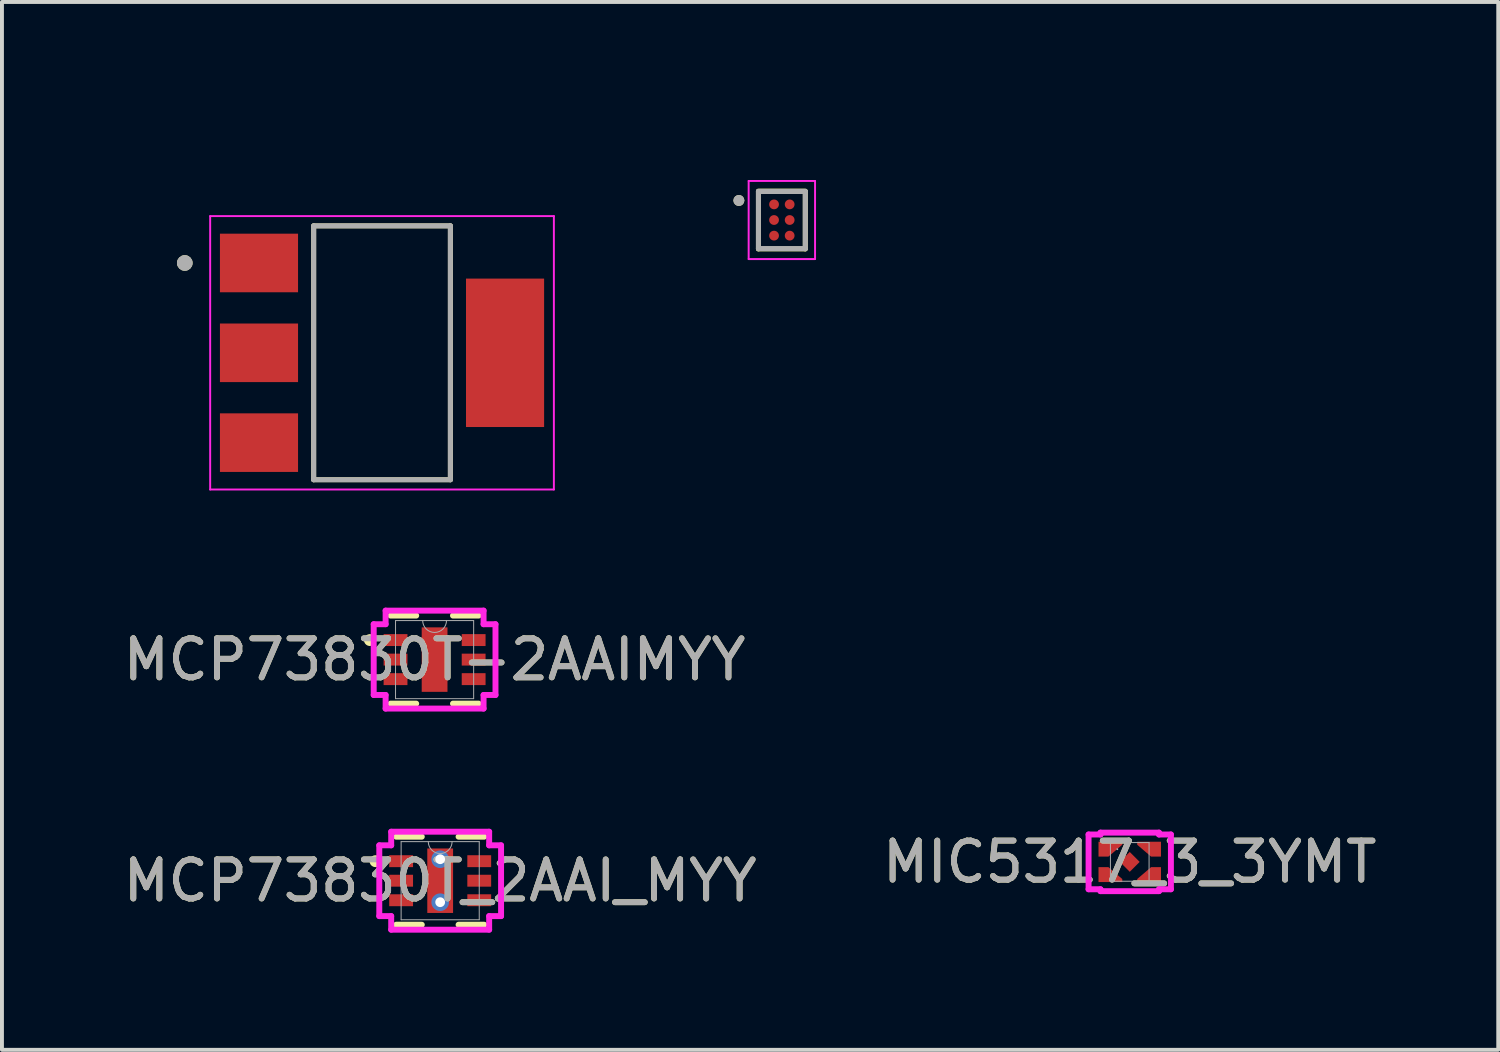
<source format=kicad_pcb>
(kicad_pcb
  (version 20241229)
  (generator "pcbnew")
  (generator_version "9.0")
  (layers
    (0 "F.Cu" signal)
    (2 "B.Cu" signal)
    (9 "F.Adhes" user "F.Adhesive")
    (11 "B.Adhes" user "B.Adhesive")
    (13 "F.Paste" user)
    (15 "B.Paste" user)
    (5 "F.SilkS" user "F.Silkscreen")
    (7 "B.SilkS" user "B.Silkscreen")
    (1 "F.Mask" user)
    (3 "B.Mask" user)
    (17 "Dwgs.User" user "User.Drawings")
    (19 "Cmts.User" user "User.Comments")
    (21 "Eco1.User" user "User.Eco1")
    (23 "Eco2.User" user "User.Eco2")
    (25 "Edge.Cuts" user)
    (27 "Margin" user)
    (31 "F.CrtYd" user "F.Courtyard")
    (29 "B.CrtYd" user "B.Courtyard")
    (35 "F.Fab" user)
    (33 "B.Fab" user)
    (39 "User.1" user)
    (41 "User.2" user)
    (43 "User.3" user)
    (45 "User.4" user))
  (footprint "LDI1117-3.3H"
    (layer "F.Cu")
    (at 6.731 5.983)
    (property "Reference" "LDI1117-3.3H" (at -1.225 -5.135 0) (layer "User.2") (effects (font (size 1 1) (thickness 0.15))))
    (attr smd)
    (fp_line (start -1.75 -3.25) (end -1.75 3.25) (stroke (width 0.127) (type solid)) (layer "F.SilkS"))
    (fp_line (start -1.75 3.25) (end 1.75 3.25) (stroke (width 0.127) (type solid)) (layer "F.SilkS"))
    (fp_line (start 1.75 -3.25) (end -1.75 -3.25) (stroke (width 0.127) (type solid)) (layer "F.SilkS"))
    (fp_line (start 1.75 3.25) (end 1.75 -3.25) (stroke (width 0.127) (type solid)) (layer "F.SilkS"))
    (fp_circle (center -5.05 -2.3) (end -4.95 -2.3) (stroke (width 0.2) (type solid)) (fill no) (layer "F.SilkS"))
    (fp_line (start -4.4 -3.5) (end -4.4 3.5) (stroke (width 0.05) (type solid)) (layer "F.CrtYd"))
    (fp_line (start -4.4 3.5) (end 4.4 3.5) (stroke (width 0.05) (type solid)) (layer "F.CrtYd"))
    (fp_line (start 4.4 -3.5) (end -4.4 -3.5) (stroke (width 0.05) (type solid)) (layer "F.CrtYd"))
    (fp_line (start 4.4 3.5) (end 4.4 -3.5) (stroke (width 0.05) (type solid)) (layer "F.CrtYd"))
    (fp_line (start -1.75 -3.25) (end -1.75 3.25) (stroke (width 0.127) (type solid)) (layer "F.Fab"))
    (fp_line (start -1.75 3.25) (end 1.75 3.25) (stroke (width 0.127) (type solid)) (layer "F.Fab"))
    (fp_line (start 1.75 -3.25) (end -1.75 -3.25) (stroke (width 0.127) (type solid)) (layer "F.Fab"))
    (fp_line (start 1.75 3.25) (end 1.75 -3.25) (stroke (width 0.127) (type solid)) (layer "F.Fab"))
    (fp_circle (center -5.05 -2.3) (end -4.95 -2.3) (stroke (width 0.2) (type solid)) (fill no) (layer "F.Fab"))
    (pad "1" smd rect (at -3.15 -2.3) (size 2 1.5) (layers "F.Cu" "F.Mask" "F.Paste"))
    (pad "2" smd rect (at -3.15 0) (size 2 1.5) (layers "F.Cu" "F.Mask" "F.Paste"))
    (pad "3" smd rect (at -3.15 2.3) (size 2 1.5) (layers "F.Cu" "F.Mask" "F.Paste"))
    (pad "4" smd rect (at 3.15 0) (size 2 3.8) (layers "F.Cu" "F.Mask" "F.Paste")))
  (footprint "LM3281YFQR"
    (layer "F.Cu")
    (at 16.968 2.583)
    (property "Reference" "LM3281YFQR" (at 2.075 -1.735 0) (layer "User.2") (effects (font (size 1 1) (thickness 0.15))))
    (attr smd)
    (fp_line (start -0.6 -0.74) (end 0.6 -0.74) (stroke (width 0.127) (type solid)) (layer "F.SilkS"))
    (fp_line (start -0.6 0.74) (end -0.6 -0.73) (stroke (width 0.127) (type solid)) (layer "F.SilkS"))
    (fp_line (start 0.6 -0.73) (end 0.6 0.74) (stroke (width 0.127) (type solid)) (layer "F.SilkS"))
    (fp_line (start 0.6 0.74) (end -0.6 0.74) (stroke (width 0.127) (type solid)) (layer "F.SilkS"))
    (fp_circle (center -1.1 -0.5) (end -1.03 -0.5) (stroke (width 0.14) (type solid)) (fill no) (layer "F.SilkS"))
    (fp_line (start -0.85 -1) (end 0.85 -1) (stroke (width 0.05) (type solid)) (layer "F.CrtYd"))
    (fp_line (start -0.85 1) (end -0.85 -1) (stroke (width 0.05) (type solid)) (layer "F.CrtYd"))
    (fp_line (start 0.85 -1) (end 0.85 1) (stroke (width 0.05) (type solid)) (layer "F.CrtYd"))
    (fp_line (start 0.85 1) (end -0.85 1) (stroke (width 0.05) (type solid)) (layer "F.CrtYd"))
    (fp_line (start -0.6 -0.73) (end 0.6 -0.73) (stroke (width 0.127) (type solid)) (layer "F.Fab"))
    (fp_line (start -0.6 0.73) (end -0.6 -0.73) (stroke (width 0.127) (type solid)) (layer "F.Fab"))
    (fp_line (start 0.6 -0.73) (end 0.6 0.73) (stroke (width 0.127) (type solid)) (layer "F.Fab"))
    (fp_line (start 0.6 0.73) (end -0.6 0.73) (stroke (width 0.127) (type solid)) (layer "F.Fab"))
    (fp_circle (center -1.1 -0.5) (end -1.03 -0.5) (stroke (width 0.14) (type solid)) (fill no) (layer "F.Fab"))
    (pad "A1" smd circle (at -0.2 -0.4) (size 0.25 0.25) (layers "F.Cu" "F.Mask" "F.Paste"))
    (pad "A2" smd circle (at 0.2 -0.4) (size 0.25 0.25) (layers "F.Cu" "F.Mask" "F.Paste"))
    (pad "B1" smd circle (at -0.2 0) (size 0.25 0.25) (layers "F.Cu" "F.Mask" "F.Paste"))
    (pad "B2" smd circle (at 0.2 0) (size 0.25 0.25) (layers "F.Cu" "F.Mask" "F.Paste"))
    (pad "C1" smd circle (at -0.2 0.4) (size 0.25 0.25) (layers "F.Cu" "F.Mask" "F.Paste"))
    (pad "C2" smd circle (at 0.2 0.4) (size 0.25 0.25) (layers "F.Cu" "F.Mask" "F.Paste")))
  (footprint "MCP73830T-2AAIMYY"
    (layer "F.Cu")
    (at 8.077 13.838)
    (property "Reference" "MCP73830T-2AAIMYY" (at 0 0 0) (unlocked yes) (layer "F.SilkS") (effects (font (size 1 1) (thickness 0.15))))
    (attr smd)
    (fp_line (start -1.127 1.127) (end -0.471 1.127) (stroke (width 0.152) (type solid)) (layer "F.SilkS"))
    (fp_line (start -0.471 -1.127) (end -1.127 -1.127) (stroke (width 0.152) (type solid)) (layer "F.SilkS"))
    (fp_line (start 0.471 1.127) (end 1.127 1.127) (stroke (width 0.152) (type solid)) (layer "F.SilkS"))
    (fp_line (start 1.127 -1.127) (end 0.471 -1.127) (stroke (width 0.152) (type solid)) (layer "F.SilkS"))
    (fp_arc (start -1.63754 -0.426171) (mid -1.7326 -0.5) (end -1.637541 -0.573829) (stroke (width 0.1524) (type solid)) (layer "F.SilkS"))
    (fp_line (start -1.559 -0.906) (end -1.254 -0.906) (stroke (width 0.152) (type solid)) (layer "F.CrtYd"))
    (fp_line (start -1.559 0.906) (end -1.559 -0.906) (stroke (width 0.152) (type solid)) (layer "F.CrtYd"))
    (fp_line (start -1.559 0.906) (end -1.254 0.906) (stroke (width 0.152) (type solid)) (layer "F.CrtYd"))
    (fp_line (start -1.254 -1.254) (end 1.254 -1.254) (stroke (width 0.152) (type solid)) (layer "F.CrtYd"))
    (fp_line (start -1.254 -0.906) (end -1.254 -1.254) (stroke (width 0.152) (type solid)) (layer "F.CrtYd"))
    (fp_line (start -1.254 1.254) (end -1.254 0.906) (stroke (width 0.152) (type solid)) (layer "F.CrtYd"))
    (fp_line (start 1.254 -1.254) (end 1.254 -0.906) (stroke (width 0.152) (type solid)) (layer "F.CrtYd"))
    (fp_line (start 1.254 0.906) (end 1.254 1.254) (stroke (width 0.152) (type solid)) (layer "F.CrtYd"))
    (fp_line (start 1.254 1.254) (end -1.254 1.254) (stroke (width 0.152) (type solid)) (layer "F.CrtYd"))
    (fp_line (start 1.559 -0.906) (end 1.254 -0.906) (stroke (width 0.152) (type solid)) (layer "F.CrtYd"))
    (fp_line (start 1.559 -0.906) (end 1.559 0.906) (stroke (width 0.152) (type solid)) (layer "F.CrtYd"))
    (fp_line (start 1.559 0.906) (end 1.254 0.906) (stroke (width 0.152) (type solid)) (layer "F.CrtYd"))
    (fp_line (start -1 -1) (end -1 1) (stroke (width 0.025) (type solid)) (layer "F.Fab"))
    (fp_line (start -1 1) (end 1 1) (stroke (width 0.025) (type solid)) (layer "F.Fab"))
    (fp_line (start 1 -1) (end -1 -1) (stroke (width 0.025) (type solid)) (layer "F.Fab"))
    (fp_line (start 1 1) (end 1 -1) (stroke (width 0.025) (type solid)) (layer "F.Fab"))
    (fp_arc (start 0.3048 -1) (mid 0 -0.6952) (end -0.3048 -1) (stroke (width 0.0254) (type solid)) (layer "F.Fab"))
    (fp_text user "${REFERENCE}" (at 0 0 0) (unlocked yes) (layer "F.Fab") (effects (font (size 1 1) (thickness 0.15))))
    (pad "1" smd rect (at -1 -0.5) (size 0.61 0.305) (layers "F.Cu" "F.Mask" "F.Paste"))
    (pad "2" smd rect (at -1 0) (size 0.61 0.305) (layers "F.Cu" "F.Mask" "F.Paste"))
    (pad "3" smd rect (at -1 0.5) (size 0.61 0.305) (layers "F.Cu" "F.Mask" "F.Paste"))
    (pad "4" smd rect (at 1 0.5) (size 0.61 0.305) (layers "F.Cu" "F.Mask" "F.Paste"))
    (pad "5" smd rect (at 1 0) (size 0.61 0.305) (layers "F.Cu" "F.Mask" "F.Paste"))
    (pad "6" smd rect (at 1 -0.5) (size 0.61 0.305) (layers "F.Cu" "F.Mask" "F.Paste"))
    (pad "7" smd rect (at 0 0) (size 0.66 1.651) (layers "F.Cu" "F.Mask" "F.Paste")))
  (footprint "MIC5317_3_3YMT"
    (layer "F.Cu")
    (at 25.875 19.017)
    (property "Reference" "MIC5317_3_3YMT" (at 0 0 0) (unlocked yes) (layer "F.SilkS") (effects (font (size 1 1) (thickness 0.15))))
    (attr smd)
    (fp_poly (pts (xy 0 -0.254) (xy -0.254 0) (xy 0 0.254) (xy 0.254 0)) (stroke (width 0) (type solid)) (fill yes) (layer "F.Cu"))
    (fp_poly (pts (xy -0.8 -0.516) (xy -0.8 -0.135) (xy -0.546 -0.135) (xy -0.191 -0.439) (xy -0.191 -0.516)) (stroke (width 0) (type solid)) (fill yes) (layer "F.Cu"))
    (fp_poly (pts (xy -0.8 0.135) (xy -0.8 0.516) (xy -0.191 0.516) (xy -0.191 0.439) (xy -0.546 0.135)) (stroke (width 0) (type solid)) (fill yes) (layer "F.Cu"))
    (fp_poly (pts (xy 0.8 -0.516) (xy 0.8 -0.135) (xy 0.546 -0.135) (xy 0.191 -0.439) (xy 0.191 -0.516)) (stroke (width 0) (type solid)) (fill yes) (layer "F.Cu"))
    (fp_poly (pts (xy 0.8 0.135) (xy 0.8 0.516) (xy 0.191 0.516) (xy 0.191 0.439) (xy 0.546 0.135)) (stroke (width 0) (type solid)) (fill yes) (layer "F.Cu"))
    (fp_poly (pts (xy 0 -0.254) (xy -0.254 0) (xy 0 0.254) (xy 0.254 0)) (stroke (width 0) (type solid)) (fill yes) (layer "F.Mask"))
    (fp_poly (pts (xy -0.8 -0.516) (xy -0.8 -0.135) (xy -0.546 -0.135) (xy -0.191 -0.439) (xy -0.191 -0.516)) (stroke (width 0) (type solid)) (fill yes) (layer "F.Mask"))
    (fp_poly (pts (xy -0.8 0.135) (xy -0.8 0.516) (xy -0.191 0.516) (xy -0.191 0.439) (xy -0.546 0.135)) (stroke (width 0) (type solid)) (fill yes) (layer "F.Mask"))
    (fp_poly (pts (xy 0.8 -0.516) (xy 0.8 -0.135) (xy 0.546 -0.135) (xy 0.191 -0.439) (xy 0.191 -0.516)) (stroke (width 0) (type solid)) (fill yes) (layer "F.Mask"))
    (fp_poly (pts (xy 0.8 0.135) (xy 0.8 0.516) (xy 0.191 0.516) (xy 0.191 0.439) (xy 0.546 0.135)) (stroke (width 0) (type solid)) (fill yes) (layer "F.Mask"))
    (fp_poly (pts (xy 0 -0.254) (xy -0.254 0) (xy 0 0.254) (xy 0.254 0)) (stroke (width 0) (type solid)) (fill yes) (layer "F.Paste"))
    (fp_poly (pts (xy -0.8 -0.516) (xy -0.8 -0.135) (xy -0.546 -0.135) (xy -0.191 -0.439) (xy -0.191 -0.516)) (stroke (width 0) (type solid)) (fill yes) (layer "F.Paste"))
    (fp_poly (pts (xy -0.8 0.135) (xy -0.8 0.516) (xy -0.191 0.516) (xy -0.191 0.439) (xy -0.546 0.135)) (stroke (width 0) (type solid)) (fill yes) (layer "F.Paste"))
    (fp_poly (pts (xy 0.8 -0.516) (xy 0.8 -0.135) (xy 0.546 -0.135) (xy 0.191 -0.439) (xy 0.191 -0.516)) (stroke (width 0) (type solid)) (fill yes) (layer "F.Paste"))
    (fp_poly (pts (xy 0.8 0.135) (xy 0.8 0.516) (xy 0.191 0.516) (xy 0.191 0.439) (xy 0.546 0.135)) (stroke (width 0) (type solid)) (fill yes) (layer "F.Paste"))
    (fp_line (start -1.054 -0.701) (end -0.749 -0.701) (stroke (width 0.152) (type solid)) (layer "F.CrtYd"))
    (fp_line (start -1.054 0.701) (end -1.054 -0.701) (stroke (width 0.152) (type solid)) (layer "F.CrtYd"))
    (fp_line (start -1.054 0.701) (end -0.749 0.701) (stroke (width 0.152) (type solid)) (layer "F.CrtYd"))
    (fp_line (start -0.749 -0.749) (end 0.749 -0.749) (stroke (width 0.152) (type solid)) (layer "F.CrtYd"))
    (fp_line (start -0.749 -0.701) (end -0.749 -0.749) (stroke (width 0.152) (type solid)) (layer "F.CrtYd"))
    (fp_line (start -0.749 0.749) (end -0.749 0.701) (stroke (width 0.152) (type solid)) (layer "F.CrtYd"))
    (fp_line (start 0.749 -0.749) (end 0.749 -0.701) (stroke (width 0.152) (type solid)) (layer "F.CrtYd"))
    (fp_line (start 0.749 0.701) (end 0.749 0.749) (stroke (width 0.152) (type solid)) (layer "F.CrtYd"))
    (fp_line (start 0.749 0.749) (end -0.749 0.749) (stroke (width 0.152) (type solid)) (layer "F.CrtYd"))
    (fp_line (start 1.054 -0.701) (end 0.749 -0.701) (stroke (width 0.152) (type solid)) (layer "F.CrtYd"))
    (fp_line (start 1.054 -0.701) (end 1.054 0.701) (stroke (width 0.152) (type solid)) (layer "F.CrtYd"))
    (fp_line (start 1.054 0.701) (end 0.749 0.701) (stroke (width 0.152) (type solid)) (layer "F.CrtYd"))
    (fp_line (start -0.495 -0.495) (end -0.495 0.495) (stroke (width 0.025) (type solid)) (layer "F.Fab"))
    (fp_line (start -0.495 0.495) (end 0.495 0.495) (stroke (width 0.025) (type solid)) (layer "F.Fab"))
    (fp_line (start 0.495 -0.495) (end -0.495 -0.495) (stroke (width 0.025) (type solid)) (layer "F.Fab"))
    (fp_line (start 0.495 0.495) (end 0.495 -0.495) (stroke (width 0.025) (type solid)) (layer "F.Fab"))
    (fp_circle (center -0.318 -0.325) (end -0.318 -0.325) (stroke (width 0.025) (type solid)) (fill no) (layer "F.Fab"))
    (fp_text user "${REFERENCE}" (at 0 0 0) (unlocked yes) (layer "F.Fab") (effects (font (size 1 1) (thickness 0.15))))
    (pad "1" smd rect (at -0.495 -0.325) (size 0.025 0.025) (layers "F.Cu" "F.Mask" "F.Paste"))
    (pad "2" smd rect (at -0.495 0.325) (size 0.025 0.025) (layers "F.Cu" "F.Mask" "F.Paste"))
    (pad "3" smd rect (at 0.495 0.325) (size 0.025 0.025) (layers "F.Cu" "F.Mask" "F.Paste"))
    (pad "4" smd rect (at 0.495 -0.325) (size 0.025 0.025) (layers "F.Cu" "F.Mask" "F.Paste"))
    (pad "5" smd rect (at 0 0) (size 0.025 0.025) (layers "F.Cu" "F.Mask" "F.Paste")))
  (footprint "MCP73830T_2AAI_MYY"
    (layer "F.Cu")
    (at 8.22 19.499)
    (property "Reference" "MCP73830T_2AAI_MYY" (at 0 0 0) (unlocked yes) (layer "F.SilkS") (effects (font (size 1 1) (thickness 0.15))))
    (attr smd)
    (fp_line (start -1.127 1.127) (end -0.471 1.127) (stroke (width 0.152) (type solid)) (layer "F.SilkS"))
    (fp_line (start -0.471 -1.127) (end -1.127 -1.127) (stroke (width 0.152) (type solid)) (layer "F.SilkS"))
    (fp_line (start 0.471 1.127) (end 1.127 1.127) (stroke (width 0.152) (type solid)) (layer "F.SilkS"))
    (fp_line (start 1.127 -1.127) (end 0.471 -1.127) (stroke (width 0.152) (type solid)) (layer "F.SilkS"))
    (fp_arc (start -1.63754 -0.426171) (mid -1.7326 -0.5) (end -1.637541 -0.573829) (stroke (width 0.1524) (type solid)) (layer "F.SilkS"))
    (fp_line (start -1.559 -0.906) (end -1.254 -0.906) (stroke (width 0.152) (type solid)) (layer "F.CrtYd"))
    (fp_line (start -1.559 0.906) (end -1.559 -0.906) (stroke (width 0.152) (type solid)) (layer "F.CrtYd"))
    (fp_line (start -1.559 0.906) (end -1.254 0.906) (stroke (width 0.152) (type solid)) (layer "F.CrtYd"))
    (fp_line (start -1.254 -1.254) (end 1.254 -1.254) (stroke (width 0.152) (type solid)) (layer "F.CrtYd"))
    (fp_line (start -1.254 -0.906) (end -1.254 -1.254) (stroke (width 0.152) (type solid)) (layer "F.CrtYd"))
    (fp_line (start -1.254 1.254) (end -1.254 0.906) (stroke (width 0.152) (type solid)) (layer "F.CrtYd"))
    (fp_line (start 1.254 -1.254) (end 1.254 -0.906) (stroke (width 0.152) (type solid)) (layer "F.CrtYd"))
    (fp_line (start 1.254 0.906) (end 1.254 1.254) (stroke (width 0.152) (type solid)) (layer "F.CrtYd"))
    (fp_line (start 1.254 1.254) (end -1.254 1.254) (stroke (width 0.152) (type solid)) (layer "F.CrtYd"))
    (fp_line (start 1.559 -0.906) (end 1.254 -0.906) (stroke (width 0.152) (type solid)) (layer "F.CrtYd"))
    (fp_line (start 1.559 -0.906) (end 1.559 0.906) (stroke (width 0.152) (type solid)) (layer "F.CrtYd"))
    (fp_line (start 1.559 0.906) (end 1.254 0.906) (stroke (width 0.152) (type solid)) (layer "F.CrtYd"))
    (fp_line (start -1 -1) (end -1 1) (stroke (width 0.025) (type solid)) (layer "F.Fab"))
    (fp_line (start -1 1) (end 1 1) (stroke (width 0.025) (type solid)) (layer "F.Fab"))
    (fp_line (start 1 -1) (end -1 -1) (stroke (width 0.025) (type solid)) (layer "F.Fab"))
    (fp_line (start 1 1) (end 1 -1) (stroke (width 0.025) (type solid)) (layer "F.Fab"))
    (fp_arc (start 0.3048 -1) (mid 0 -0.6952) (end -0.3048 -1) (stroke (width 0.0254) (type solid)) (layer "F.Fab"))
    (fp_text user "${REFERENCE}" (at 0 0 0) (unlocked yes) (layer "F.Fab") (effects (font (size 1 1) (thickness 0.15))))
    (pad "1" smd rect (at -1 -0.5) (size 0.61 0.305) (layers "F.Cu" "F.Mask" "F.Paste"))
    (pad "2" smd rect (at -1 0) (size 0.61 0.305) (layers "F.Cu" "F.Mask" "F.Paste"))
    (pad "3" smd rect (at -1 0.5) (size 0.61 0.305) (layers "F.Cu" "F.Mask" "F.Paste"))
    (pad "4" smd rect (at 1 0.5) (size 0.61 0.305) (layers "F.Cu" "F.Mask" "F.Paste"))
    (pad "5" smd rect (at 1 0) (size 0.61 0.305) (layers "F.Cu" "F.Mask" "F.Paste"))
    (pad "6" smd rect (at 1 -0.5) (size 0.61 0.305) (layers "F.Cu" "F.Mask" "F.Paste"))
    (pad "7" thru_hole circle (at 0 -0.55) (size 0.45 0.45) (drill 0.25) (layers "*.Cu"))
    (pad "7" smd rect (at 0 0) (size 0.66 1.651) (layers "F.Cu" "F.Mask" "F.Paste"))
    (pad "7" thru_hole circle (at 0 0.55) (size 0.45 0.45) (drill 0.25) (layers "*.Cu")))
  (gr_rect
    (start -3 -3)
    (end 35.31 23.829)
    (stroke (width 0.1) (type default))
    (fill no)
    (layer "Edge.Cuts")))
</source>
